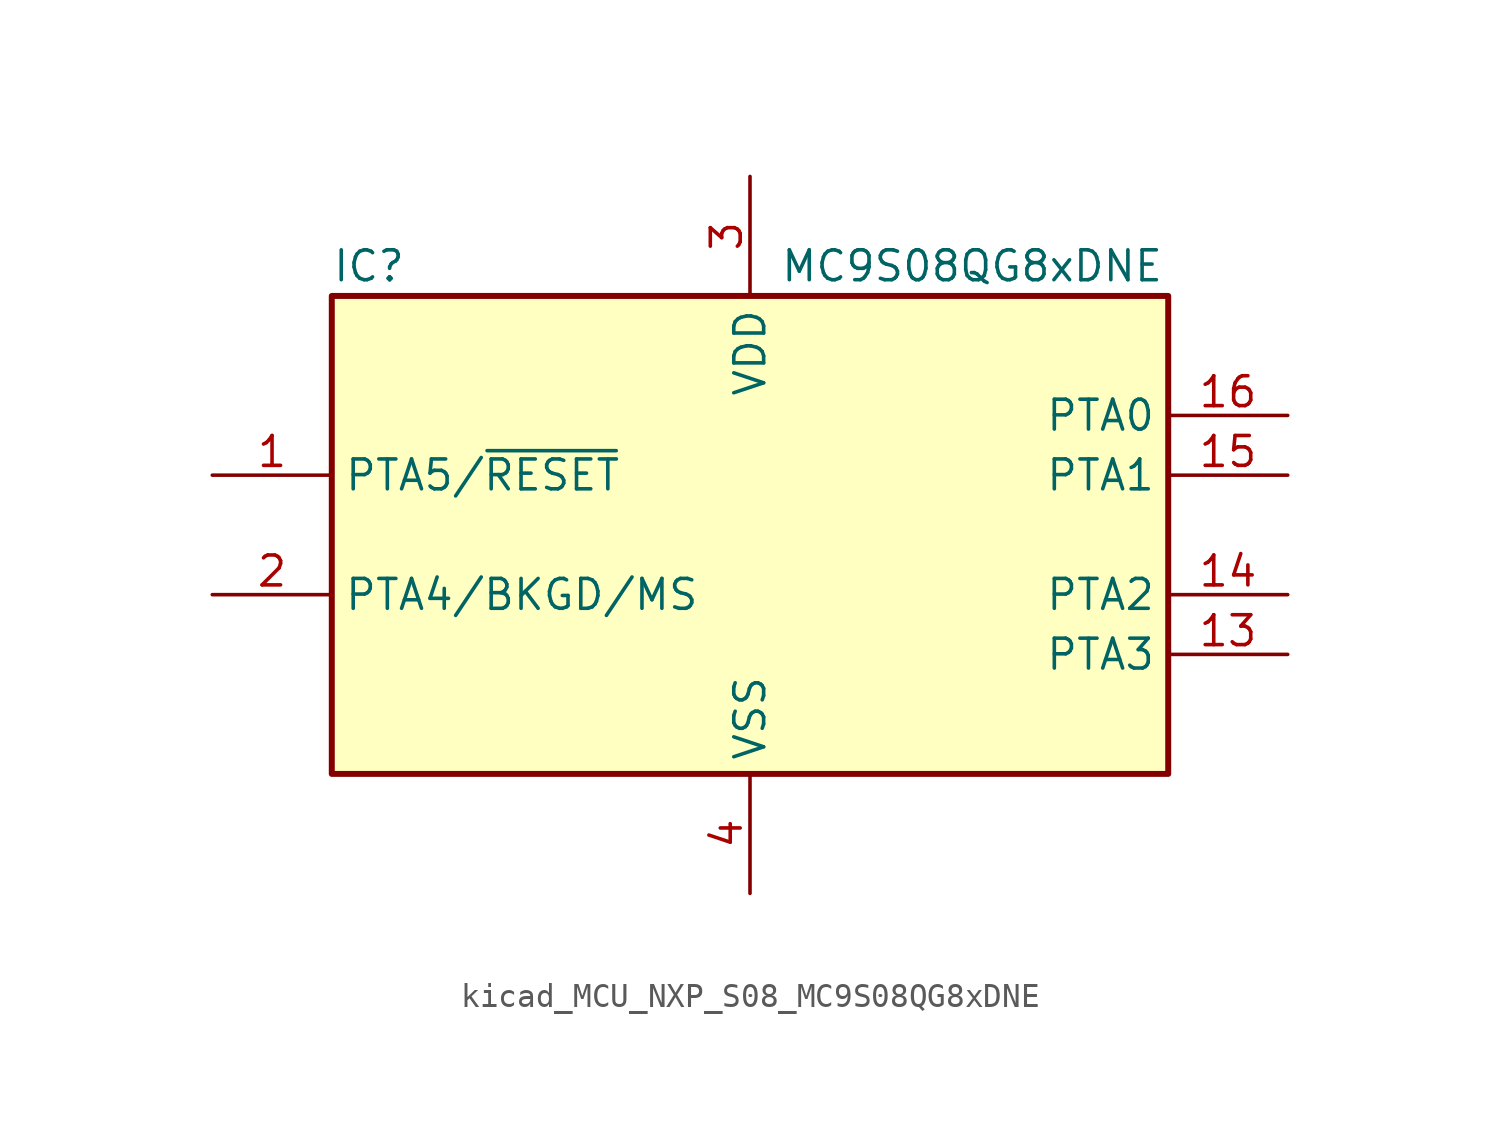
<source format=kicad_sym>
(kicad_symbol_lib
  (version 20220914)
  (generator kicad_symbol_editor)
  (symbol "kicad_MCU_NXP_S08_MC9S08QG8xDNE"
    (property "Reference" "IC"
      (at -17.78 11.43 0)
      (effects (font (size 1.27 1.27)) (justify left)))
    (property "Value" "MC9S08QG8xDNE"
      (at 1.27 11.43 0)
      (effects (font (size 1.27 1.27)) (justify left)))
    (symbol "kicad_MCU_NXP_S08_MC9S08QG8xDNE_0_1"
      (rectangle (start -17.78 10.16) (end 17.78 -10.16) (stroke (width 0.254) (type default)) (fill (type background))))
    (symbol "kicad_MCU_NXP_S08_MC9S08QG8xDNE_1_1"
      (pin bidirectional line (at -22.86 2.54 0) (length 5.08) (name "PTA5/~{RESET}" (effects (font (size 1.27 1.27)))) (number "1" (effects (font (size 1.27 1.27)))))
      (pin bidirectional line (at 22.86 -5.08 180) (length 5.08) (name "PTA3" (effects (font (size 1.27 1.27)))) (number "13" (effects (font (size 1.27 1.27)))))
      (pin bidirectional line (at 22.86 -2.54 180) (length 5.08) (name "PTA2" (effects (font (size 1.27 1.27)))) (number "14" (effects (font (size 1.27 1.27)))))
      (pin bidirectional line (at 22.86 2.54 180) (length 5.08) (name "PTA1" (effects (font (size 1.27 1.27)))) (number "15" (effects (font (size 1.27 1.27)))))
      (pin bidirectional line (at 22.86 5.08 180) (length 5.08) (name "PTA0" (effects (font (size 1.27 1.27)))) (number "16" (effects (font (size 1.27 1.27)))))
      (pin bidirectional line (at -22.86 -2.54 0) (length 5.08) (name "PTA4/BKGD/MS" (effects (font (size 1.27 1.27)))) (number "2" (effects (font (size 1.27 1.27)))))
      (pin power_in line (at 0 15.24 270) (length 5.08) (name "VDD" (effects (font (size 1.27 1.27)))) (number "3" (effects (font (size 1.27 1.27)))))
      (pin power_in line (at 0 -15.24 90) (length 5.08) (name "VSS" (effects (font (size 1.27 1.27)))) (number "4" (effects (font (size 1.27 1.27))))))))
</source>
